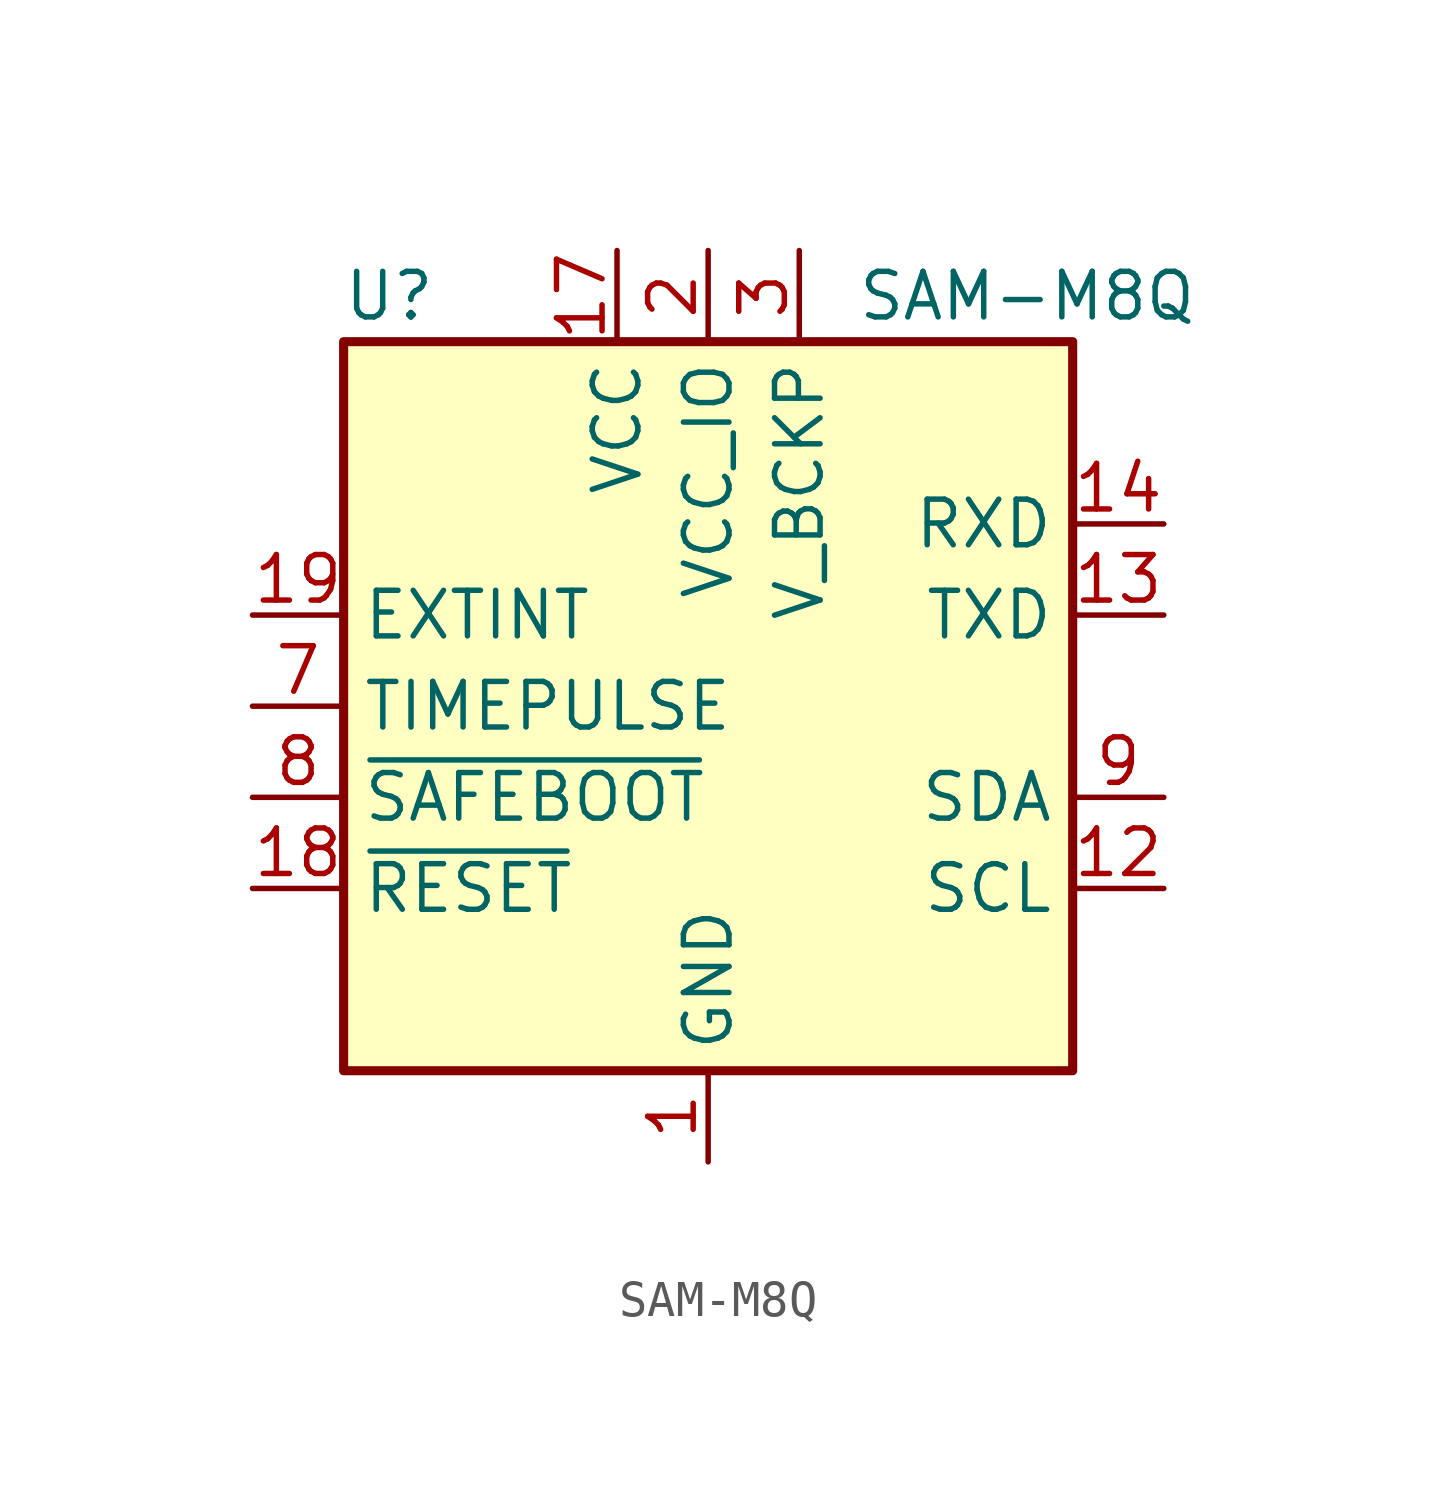
<source format=kicad_sym>
(kicad_symbol_lib
  (version 20241209)
  (generator "kicad_symbol_editor")
  (generator_version "9.0")
  (symbol "SAM-M8Q"
    (property "Reference" "U"
      (at -8.89 11.43 0)
      (effects (font (size 1.27 1.27))))
    (property "Value" "SAM-M8Q"
      (at 8.89 11.43 0)
      (effects (font (size 1.27 1.27))))
    (symbol "SAM-M8Q_0_1"
      (rectangle (start -10.16 10.16) (end 10.16 -10.16) (stroke (width 0.254) (type default)) (fill (type background))))
    (symbol "SAM-M8Q_1_1"
      (pin input line (at -12.7 2.54 0) (length 2.54) (name "EXTINT" (effects (font (size 1.27 1.27)))) (number "19" (effects (font (size 1.27 1.27)))))
      (pin output line (at -12.7 0 0) (length 2.54) (name "TIMEPULSE" (effects (font (size 1.27 1.27)))) (number "7" (effects (font (size 1.27 1.27)))))
      (pin input line (at -12.7 -2.54 0) (length 2.54) (name "~{SAFEBOOT}" (effects (font (size 1.27 1.27)))) (number "8" (effects (font (size 1.27 1.27)))))
      (pin input line (at -12.7 -5.08 0) (length 2.54) (name "~{RESET}" (effects (font (size 1.27 1.27)))) (number "18" (effects (font (size 1.27 1.27)))))
      (pin power_in line (at -2.54 12.7 270) (length 2.54) (name "VCC" (effects (font (size 1.27 1.27)))) (number "17" (effects (font (size 1.27 1.27)))))
      (pin power_in line (at 0 12.7 270) (length 2.54) (name "VCC_IO" (effects (font (size 1.27 1.27)))) (number "2" (effects (font (size 1.27 1.27)))))
      (pin power_in line (at 0 -12.7 90) (length 2.54) (name "GND" (effects (font (size 1.27 1.27)))) (number "1" (effects (font (size 1.27 1.27)))))
      (pin passive line (at 0 -12.7 90) (length 2.54) (hide yes) (name "GND" (effects (font (size 1.27 1.27)))) (number "10" (effects (font (size 1.27 1.27)))))
      (pin passive line (at 0 -12.7 90) (length 2.54) (hide yes) (name "GND" (effects (font (size 1.27 1.27)))) (number "11" (effects (font (size 1.27 1.27)))))
      (pin passive line (at 0 -12.7 90) (length 2.54) (hide yes) (name "GND" (effects (font (size 1.27 1.27)))) (number "15" (effects (font (size 1.27 1.27)))))
      (pin passive line (at 0 -12.7 90) (length 2.54) (hide yes) (name "GND" (effects (font (size 1.27 1.27)))) (number "16" (effects (font (size 1.27 1.27)))))
      (pin passive line (at 0 -12.7 90) (length 2.54) (hide yes) (name "GND" (effects (font (size 1.27 1.27)))) (number "20" (effects (font (size 1.27 1.27)))))
      (pin passive line (at 0 -12.7 90) (length 2.54) (hide yes) (name "GND" (effects (font (size 1.27 1.27)))) (number "4" (effects (font (size 1.27 1.27)))))
      (pin passive line (at 0 -12.7 90) (length 2.54) (hide yes) (name "GND" (effects (font (size 1.27 1.27)))) (number "5" (effects (font (size 1.27 1.27)))))
      (pin passive line (at 0 -12.7 90) (length 2.54) (hide yes) (name "GND" (effects (font (size 1.27 1.27)))) (number "6" (effects (font (size 1.27 1.27)))))
      (pin power_in line (at 2.54 12.7 270) (length 2.54) (name "V_BCKP" (effects (font (size 1.27 1.27)))) (number "3" (effects (font (size 1.27 1.27)))))
      (pin input line (at 12.7 5.08 180) (length 2.54) (name "RXD" (effects (font (size 1.27 1.27)))) (number "14" (effects (font (size 1.27 1.27)))))
      (pin output line (at 12.7 2.54 180) (length 2.54) (name "TXD" (effects (font (size 1.27 1.27)))) (number "13" (effects (font (size 1.27 1.27)))))
      (pin bidirectional line (at 12.7 -2.54 180) (length 2.54) (name "SDA" (effects (font (size 1.27 1.27)))) (number "9" (effects (font (size 1.27 1.27)))))
      (pin input line (at 12.7 -5.08 180) (length 2.54) (name "SCL" (effects (font (size 1.27 1.27)))) (number "12" (effects (font (size 1.27 1.27))))))))
</source>
